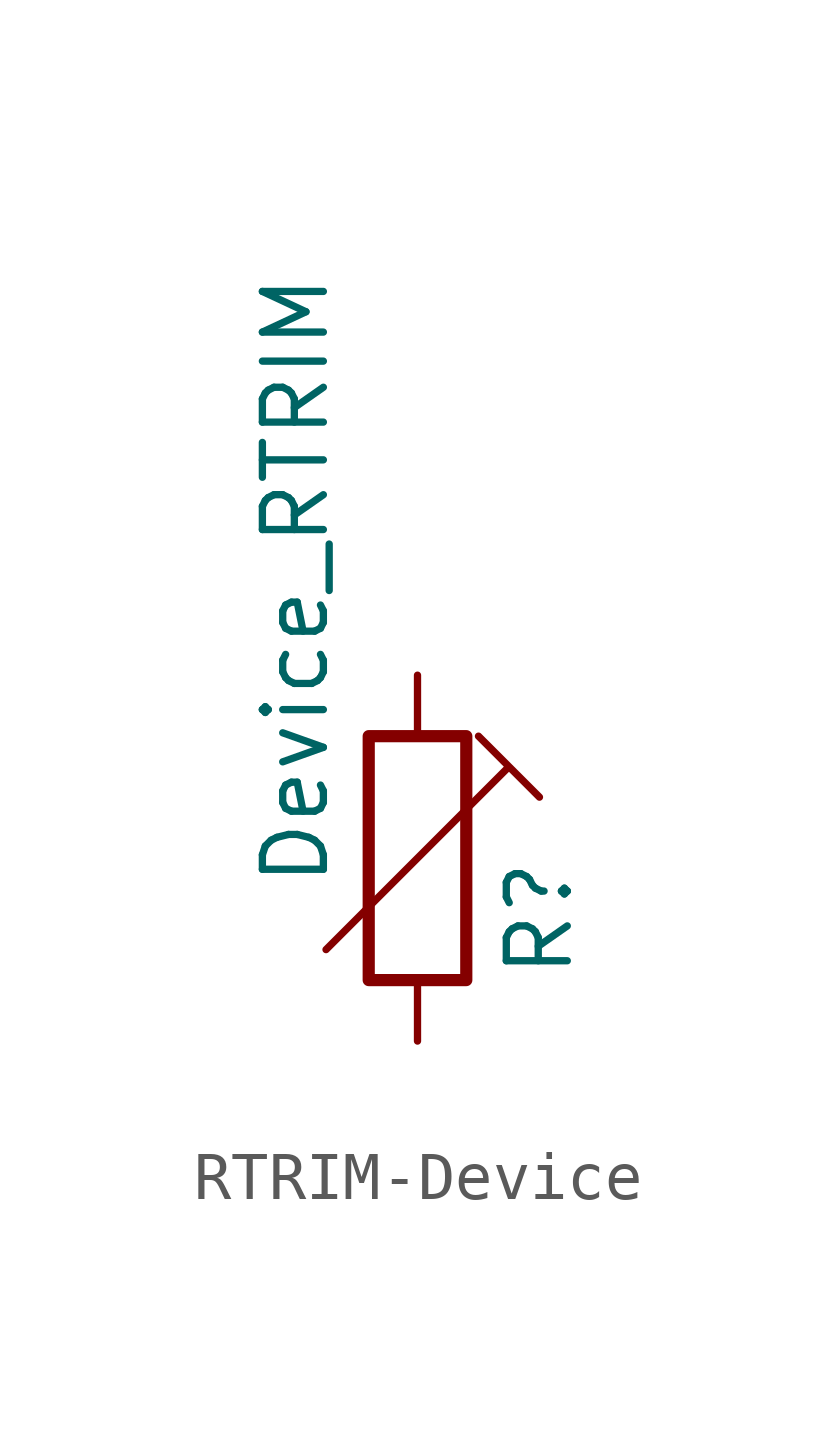
<source format=kicad_sym>
(kicad_symbol_lib
  (version 20231120)
  (generator "kicad_symbol_editor")
  (generator_version "8.0")
  (symbol "RTRIM-Device"
    (pin_numbers hide)
    (pin_names
      (offset 0))
    (property "Reference" "R"
      (at 2.54 -2.54 90)
      (effects (font (size 1.27 1.27)) (justify left)))
    (property "Value" "Device_RTRIM"
      (at -2.54 -0.635 90)
      (effects (font (size 1.27 1.27)) (justify left)))
    (symbol "RTRIM-Device_0_1"
      (rectangle (start -1.016 -2.54) (end 1.016 2.54) (stroke (width 0.254) (type solid)) (fill (type none)))
      (polyline (pts (xy -1.905 -1.905) (xy 1.905 1.905) (xy 2.54 1.27) (xy 1.27 2.54)) (stroke (width 0) (type solid)) (fill (type none))))
    (symbol "RTRIM-Device_1_1"
      (pin passive line (at 0 3.81 270) (length 1.27) (name "~" (effects (font (size 1.27 1.27)))) (number "1" (effects (font (size 1.27 1.27)))))
      (pin passive line (at 0 -3.81 90) (length 1.27) (name "~" (effects (font (size 1.27 1.27)))) (number "2" (effects (font (size 1.27 1.27))))))))
</source>
